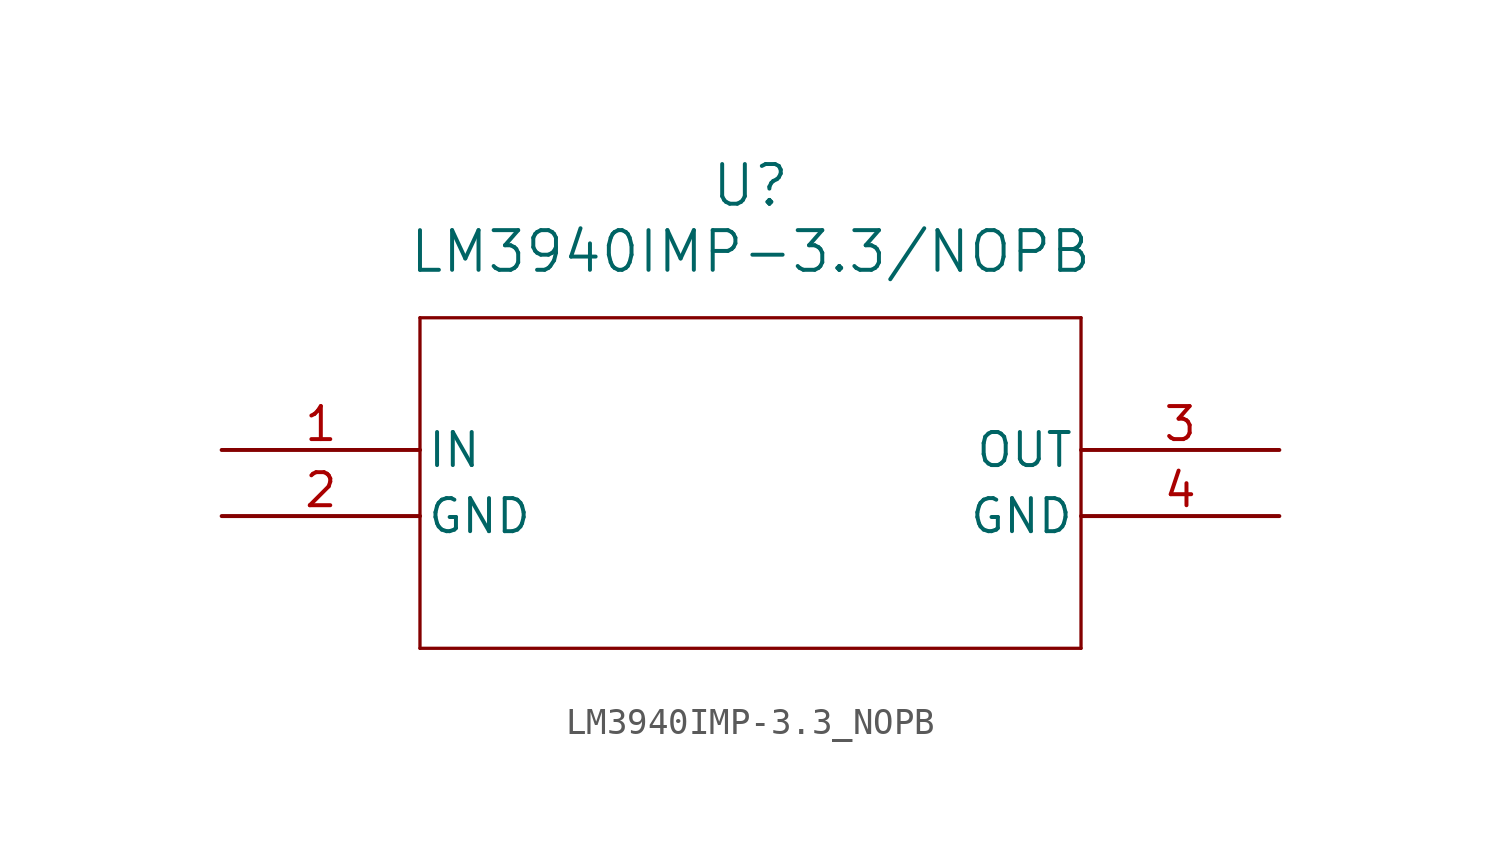
<source format=kicad_sym>
(kicad_symbol_lib
  (version 20211014)
  (generator kicad_symbol_editor)
  (symbol "LM3940IMP-3.3_NOPB"
    (pin_names
      (offset 0.254))
    (property "Reference" "U"
      (at 20.32 10.16 0)
      (effects (font (size 1.524 1.524))))
    (property "Value" "LM3940IMP-3.3/NOPB"
      (at 20.32 7.62 0)
      (effects (font (size 1.524 1.524))))
    (symbol "LM3940IMP-3.3_NOPB_0_1"
      (polyline (pts (xy 7.62 5.08) (xy 7.62 -7.62)) (stroke (width 0.127) (type default) (color 0 0 0 0)) (fill (type none)))
      (polyline (pts (xy 7.62 -7.62) (xy 33.02 -7.62)) (stroke (width 0.127) (type default) (color 0 0 0 0)) (fill (type none)))
      (polyline (pts (xy 33.02 -7.62) (xy 33.02 5.08)) (stroke (width 0.127) (type default) (color 0 0 0 0)) (fill (type none)))
      (polyline (pts (xy 33.02 5.08) (xy 7.62 5.08)) (stroke (width 0.127) (type default) (color 0 0 0 0)) (fill (type none)))
      (pin input line (at 0 0 0) (length 7.62) (name "IN" (effects (font (size 1.27 1.27)))) (number "1" (effects (font (size 1.27 1.27)))))
      (pin passive line (at 0 -2.54 0) (length 7.62) (name "GND" (effects (font (size 1.27 1.27)))) (number "2" (effects (font (size 1.27 1.27)))))
      (pin output line (at 40.64 0 180) (length 7.62) (name "OUT" (effects (font (size 1.27 1.27)))) (number "3" (effects (font (size 1.27 1.27)))))
      (pin passive line (at 40.64 -2.54 180) (length 7.62) (name "GND" (effects (font (size 1.27 1.27)))) (number "4" (effects (font (size 1.27 1.27))))))))
</source>
